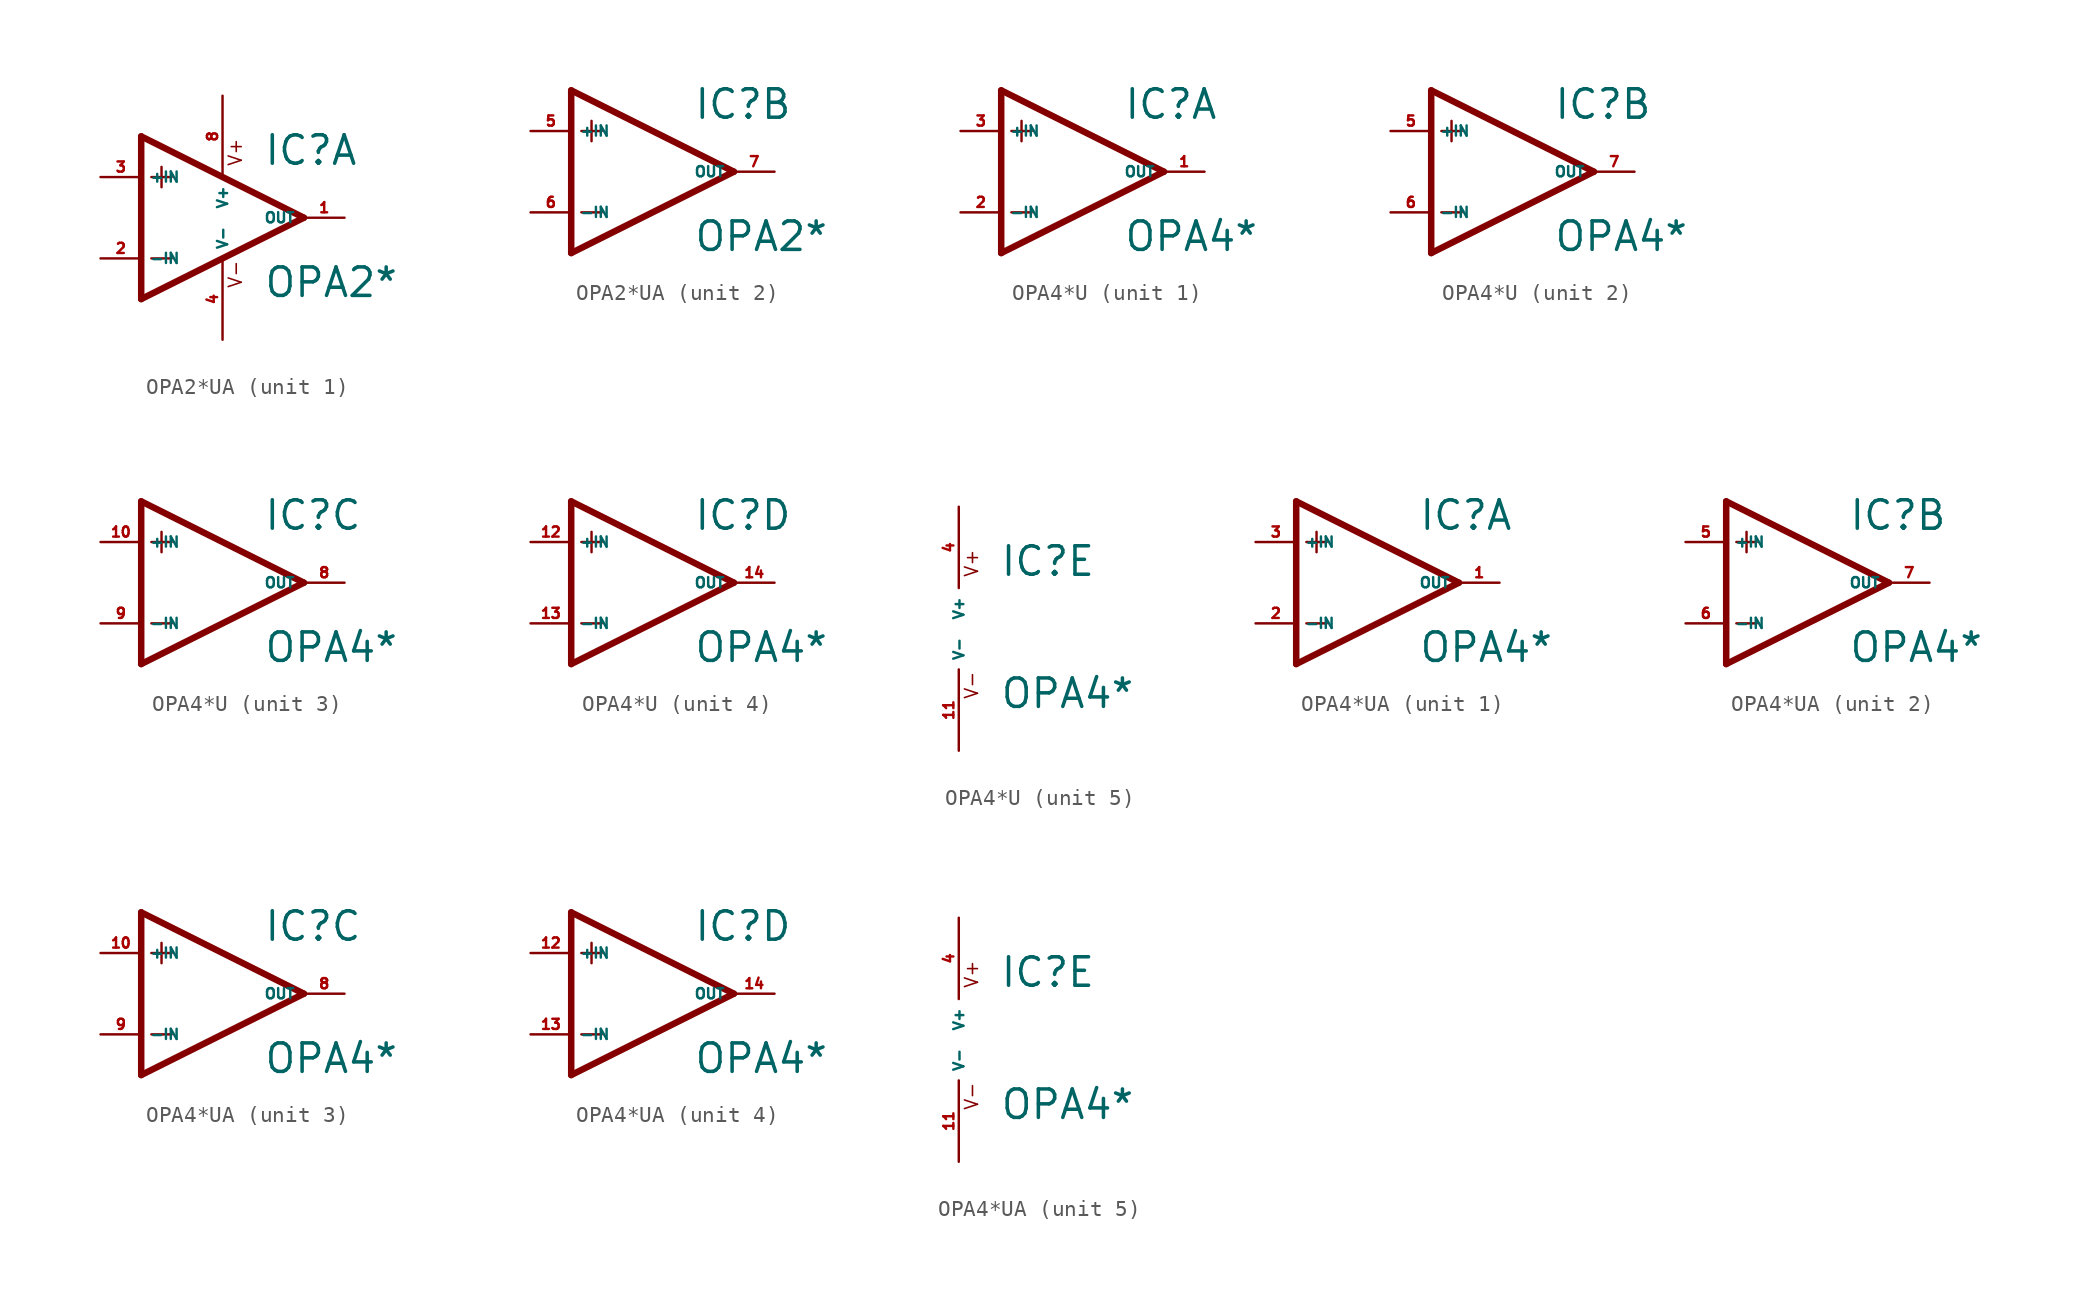
<source format=kicad_sym>
(kicad_symbol_lib
  (version 20220914)
  (generator Eagle2Kicad)
  (symbol "OPA2*UA"
    (property "Reference" "IC"
      (at 2.54 3.175 0)
      (effects (font (size 1.778 1.778) (thickness 0.22)) (justify left bottom)))
    (property "Value" "OPA2*"
      (at 2.54 -5.08 0)
      (effects (font (size 1.778 1.778) (thickness 0.22)) (justify left bottom)))
    (symbol "OPA2*UA_1_0"
      (polyline (pts (xy -5.08 5.08) (xy -5.08 -5.08)) (stroke (width 0.406) (type default)) (fill (type none)))
      (polyline (pts (xy -5.08 -5.08) (xy 5.08 0)) (stroke (width 0.406) (type default)) (fill (type none)))
      (polyline (pts (xy 5.08 0) (xy -5.08 5.08)) (stroke (width 0.406) (type default)) (fill (type none)))
      (polyline (pts (xy -3.81 3.175) (xy -3.81 1.905)) (stroke (width 0.152) (type default)) (fill (type none)))
      (polyline (pts (xy -4.445 2.54) (xy -3.175 2.54)) (stroke (width 0.152) (type default)) (fill (type none)))
      (polyline (pts (xy -4.445 -2.54) (xy -3.175 -2.54)) (stroke (width 0.152) (type default)) (fill (type none)))
      (text "V+" (at 1.27 3.175 900) (effects (font (size 0.813 0.813) (thickness 0.10)) (justify left bottom)))
      (text "V-" (at 1.27 -4.445 900) (effects (font (size 0.813 0.813) (thickness 0.10)) (justify left bottom)))
      (pin input line (at -7.62 -2.54 0) (length 2.54) (name "-IN" (effects (font (size 0.635 0.635) (thickness 0.08)) (justify left bottom))) (number "2" (effects (font (size 0.635 0.635) (thickness 0.08)) (justify left bottom))))
      (pin input line (at -7.62 2.54 0) (length 2.54) (name "+IN" (effects (font (size 0.635 0.635) (thickness 0.08)) (justify left bottom))) (number "3" (effects (font (size 0.635 0.635) (thickness 0.08)) (justify left bottom))))
      (pin output line (at 7.62 0 180) (length 2.54) (name "OUT" (effects (font (size 0.635 0.635) (thickness 0.08)) (justify left bottom))) (number "1" (effects (font (size 0.635 0.635) (thickness 0.08)) (justify left bottom))))
      (pin unspecified line (at 0 7.62 270) (length 5.08) (name "V+" (effects (font (size 0.635 0.635) (thickness 0.08)) (justify left bottom))) (number "8" (effects (font (size 0.635 0.635) (thickness 0.08)) (justify left bottom))))
      (pin unspecified line (at 0 -7.62 90) (length 5.08) (name "V-" (effects (font (size 0.635 0.635) (thickness 0.08)) (justify left bottom))) (number "4" (effects (font (size 0.635 0.635) (thickness 0.08)) (justify left bottom)))))
    (symbol "OPA2*UA_2_0"
      (polyline (pts (xy -5.08 5.08) (xy -5.08 -5.08)) (stroke (width 0.406) (type default)) (fill (type none)))
      (polyline (pts (xy -5.08 -5.08) (xy 5.08 0)) (stroke (width 0.406) (type default)) (fill (type none)))
      (polyline (pts (xy 5.08 0) (xy -5.08 5.08)) (stroke (width 0.406) (type default)) (fill (type none)))
      (polyline (pts (xy -3.81 3.175) (xy -3.81 1.905)) (stroke (width 0.152) (type default)) (fill (type none)))
      (polyline (pts (xy -4.445 2.54) (xy -3.175 2.54)) (stroke (width 0.152) (type default)) (fill (type none)))
      (polyline (pts (xy -4.445 -2.54) (xy -3.175 -2.54)) (stroke (width 0.152) (type default)) (fill (type none)))
      (pin input line (at -7.62 -2.54 0) (length 2.54) (name "-IN" (effects (font (size 0.635 0.635) (thickness 0.08)) (justify left bottom))) (number "6" (effects (font (size 0.635 0.635) (thickness 0.08)) (justify left bottom))))
      (pin input line (at -7.62 2.54 0) (length 2.54) (name "+IN" (effects (font (size 0.635 0.635) (thickness 0.08)) (justify left bottom))) (number "5" (effects (font (size 0.635 0.635) (thickness 0.08)) (justify left bottom))))
      (pin output line (at 7.62 0 180) (length 2.54) (name "OUT" (effects (font (size 0.635 0.635) (thickness 0.08)) (justify left bottom))) (number "7" (effects (font (size 0.635 0.635) (thickness 0.08)) (justify left bottom))))))
  (symbol "OPA4*U"
    (property "Reference" "IC"
      (at 2.54 3.175 0)
      (effects (font (size 1.778 1.778) (thickness 0.22)) (justify left bottom)))
    (property "Value" "OPA4*"
      (at 2.54 -5.08 0)
      (effects (font (size 1.778 1.778) (thickness 0.22)) (justify left bottom)))
    (symbol "OPA4*U_1_0"
      (polyline (pts (xy -5.08 5.08) (xy -5.08 -5.08)) (stroke (width 0.406) (type default)) (fill (type none)))
      (polyline (pts (xy -5.08 -5.08) (xy 5.08 0)) (stroke (width 0.406) (type default)) (fill (type none)))
      (polyline (pts (xy 5.08 0) (xy -5.08 5.08)) (stroke (width 0.406) (type default)) (fill (type none)))
      (polyline (pts (xy -3.81 3.175) (xy -3.81 1.905)) (stroke (width 0.152) (type default)) (fill (type none)))
      (polyline (pts (xy -4.445 2.54) (xy -3.175 2.54)) (stroke (width 0.152) (type default)) (fill (type none)))
      (polyline (pts (xy -4.445 -2.54) (xy -3.175 -2.54)) (stroke (width 0.152) (type default)) (fill (type none)))
      (pin input line (at -7.62 -2.54 0) (length 2.54) (name "-IN" (effects (font (size 0.635 0.635) (thickness 0.08)) (justify left bottom))) (number "2" (effects (font (size 0.635 0.635) (thickness 0.08)) (justify left bottom))))
      (pin input line (at -7.62 2.54 0) (length 2.54) (name "+IN" (effects (font (size 0.635 0.635) (thickness 0.08)) (justify left bottom))) (number "3" (effects (font (size 0.635 0.635) (thickness 0.08)) (justify left bottom))))
      (pin output line (at 7.62 0 180) (length 2.54) (name "OUT" (effects (font (size 0.635 0.635) (thickness 0.08)) (justify left bottom))) (number "1" (effects (font (size 0.635 0.635) (thickness 0.08)) (justify left bottom)))))
    (symbol "OPA4*U_2_0"
      (polyline (pts (xy -5.08 5.08) (xy -5.08 -5.08)) (stroke (width 0.406) (type default)) (fill (type none)))
      (polyline (pts (xy -5.08 -5.08) (xy 5.08 0)) (stroke (width 0.406) (type default)) (fill (type none)))
      (polyline (pts (xy 5.08 0) (xy -5.08 5.08)) (stroke (width 0.406) (type default)) (fill (type none)))
      (polyline (pts (xy -3.81 3.175) (xy -3.81 1.905)) (stroke (width 0.152) (type default)) (fill (type none)))
      (polyline (pts (xy -4.445 2.54) (xy -3.175 2.54)) (stroke (width 0.152) (type default)) (fill (type none)))
      (polyline (pts (xy -4.445 -2.54) (xy -3.175 -2.54)) (stroke (width 0.152) (type default)) (fill (type none)))
      (pin input line (at -7.62 -2.54 0) (length 2.54) (name "-IN" (effects (font (size 0.635 0.635) (thickness 0.08)) (justify left bottom))) (number "6" (effects (font (size 0.635 0.635) (thickness 0.08)) (justify left bottom))))
      (pin input line (at -7.62 2.54 0) (length 2.54) (name "+IN" (effects (font (size 0.635 0.635) (thickness 0.08)) (justify left bottom))) (number "5" (effects (font (size 0.635 0.635) (thickness 0.08)) (justify left bottom))))
      (pin output line (at 7.62 0 180) (length 2.54) (name "OUT" (effects (font (size 0.635 0.635) (thickness 0.08)) (justify left bottom))) (number "7" (effects (font (size 0.635 0.635) (thickness 0.08)) (justify left bottom)))))
    (symbol "OPA4*U_3_0"
      (polyline (pts (xy -5.08 5.08) (xy -5.08 -5.08)) (stroke (width 0.406) (type default)) (fill (type none)))
      (polyline (pts (xy -5.08 -5.08) (xy 5.08 0)) (stroke (width 0.406) (type default)) (fill (type none)))
      (polyline (pts (xy 5.08 0) (xy -5.08 5.08)) (stroke (width 0.406) (type default)) (fill (type none)))
      (polyline (pts (xy -3.81 3.175) (xy -3.81 1.905)) (stroke (width 0.152) (type default)) (fill (type none)))
      (polyline (pts (xy -4.445 2.54) (xy -3.175 2.54)) (stroke (width 0.152) (type default)) (fill (type none)))
      (polyline (pts (xy -4.445 -2.54) (xy -3.175 -2.54)) (stroke (width 0.152) (type default)) (fill (type none)))
      (pin input line (at -7.62 -2.54 0) (length 2.54) (name "-IN" (effects (font (size 0.635 0.635) (thickness 0.08)) (justify left bottom))) (number "9" (effects (font (size 0.635 0.635) (thickness 0.08)) (justify left bottom))))
      (pin input line (at -7.62 2.54 0) (length 2.54) (name "+IN" (effects (font (size 0.635 0.635) (thickness 0.08)) (justify left bottom))) (number "10" (effects (font (size 0.635 0.635) (thickness 0.08)) (justify left bottom))))
      (pin output line (at 7.62 0 180) (length 2.54) (name "OUT" (effects (font (size 0.635 0.635) (thickness 0.08)) (justify left bottom))) (number "8" (effects (font (size 0.635 0.635) (thickness 0.08)) (justify left bottom)))))
    (symbol "OPA4*U_4_0"
      (polyline (pts (xy -5.08 5.08) (xy -5.08 -5.08)) (stroke (width 0.406) (type default)) (fill (type none)))
      (polyline (pts (xy -5.08 -5.08) (xy 5.08 0)) (stroke (width 0.406) (type default)) (fill (type none)))
      (polyline (pts (xy 5.08 0) (xy -5.08 5.08)) (stroke (width 0.406) (type default)) (fill (type none)))
      (polyline (pts (xy -3.81 3.175) (xy -3.81 1.905)) (stroke (width 0.152) (type default)) (fill (type none)))
      (polyline (pts (xy -4.445 2.54) (xy -3.175 2.54)) (stroke (width 0.152) (type default)) (fill (type none)))
      (polyline (pts (xy -4.445 -2.54) (xy -3.175 -2.54)) (stroke (width 0.152) (type default)) (fill (type none)))
      (pin input line (at -7.62 -2.54 0) (length 2.54) (name "-IN" (effects (font (size 0.635 0.635) (thickness 0.08)) (justify left bottom))) (number "13" (effects (font (size 0.635 0.635) (thickness 0.08)) (justify left bottom))))
      (pin input line (at -7.62 2.54 0) (length 2.54) (name "+IN" (effects (font (size 0.635 0.635) (thickness 0.08)) (justify left bottom))) (number "12" (effects (font (size 0.635 0.635) (thickness 0.08)) (justify left bottom))))
      (pin output line (at 7.62 0 180) (length 2.54) (name "OUT" (effects (font (size 0.635 0.635) (thickness 0.08)) (justify left bottom))) (number "14" (effects (font (size 0.635 0.635) (thickness 0.08)) (justify left bottom)))))
    (symbol "OPA4*U_5_0"
      (text "V+" (at 1.27 3.175 900) (effects (font (size 0.813 0.813) (thickness 0.10)) (justify left bottom)))
      (text "V-" (at 1.27 -4.445 900) (effects (font (size 0.813 0.813) (thickness 0.10)) (justify left bottom)))
      (pin unspecified line (at 0 7.62 270) (length 5.08) (name "V+" (effects (font (size 0.635 0.635) (thickness 0.08)) (justify left bottom))) (number "4" (effects (font (size 0.635 0.635) (thickness 0.08)) (justify left bottom))))
      (pin unspecified line (at 0 -7.62 90) (length 5.08) (name "V-" (effects (font (size 0.635 0.635) (thickness 0.08)) (justify left bottom))) (number "11" (effects (font (size 0.635 0.635) (thickness 0.08)) (justify left bottom))))))
  (symbol "OPA4*UA"
    (property "Reference" "IC"
      (at 2.54 3.175 0)
      (effects (font (size 1.778 1.778) (thickness 0.22)) (justify left bottom)))
    (property "Value" "OPA4*"
      (at 2.54 -5.08 0)
      (effects (font (size 1.778 1.778) (thickness 0.22)) (justify left bottom)))
    (symbol "OPA4*UA_1_0"
      (polyline (pts (xy -5.08 5.08) (xy -5.08 -5.08)) (stroke (width 0.406) (type default)) (fill (type none)))
      (polyline (pts (xy -5.08 -5.08) (xy 5.08 0)) (stroke (width 0.406) (type default)) (fill (type none)))
      (polyline (pts (xy 5.08 0) (xy -5.08 5.08)) (stroke (width 0.406) (type default)) (fill (type none)))
      (polyline (pts (xy -3.81 3.175) (xy -3.81 1.905)) (stroke (width 0.152) (type default)) (fill (type none)))
      (polyline (pts (xy -4.445 2.54) (xy -3.175 2.54)) (stroke (width 0.152) (type default)) (fill (type none)))
      (polyline (pts (xy -4.445 -2.54) (xy -3.175 -2.54)) (stroke (width 0.152) (type default)) (fill (type none)))
      (pin input line (at -7.62 -2.54 0) (length 2.54) (name "-IN" (effects (font (size 0.635 0.635) (thickness 0.08)) (justify left bottom))) (number "2" (effects (font (size 0.635 0.635) (thickness 0.08)) (justify left bottom))))
      (pin input line (at -7.62 2.54 0) (length 2.54) (name "+IN" (effects (font (size 0.635 0.635) (thickness 0.08)) (justify left bottom))) (number "3" (effects (font (size 0.635 0.635) (thickness 0.08)) (justify left bottom))))
      (pin output line (at 7.62 0 180) (length 2.54) (name "OUT" (effects (font (size 0.635 0.635) (thickness 0.08)) (justify left bottom))) (number "1" (effects (font (size 0.635 0.635) (thickness 0.08)) (justify left bottom)))))
    (symbol "OPA4*UA_2_0"
      (polyline (pts (xy -5.08 5.08) (xy -5.08 -5.08)) (stroke (width 0.406) (type default)) (fill (type none)))
      (polyline (pts (xy -5.08 -5.08) (xy 5.08 0)) (stroke (width 0.406) (type default)) (fill (type none)))
      (polyline (pts (xy 5.08 0) (xy -5.08 5.08)) (stroke (width 0.406) (type default)) (fill (type none)))
      (polyline (pts (xy -3.81 3.175) (xy -3.81 1.905)) (stroke (width 0.152) (type default)) (fill (type none)))
      (polyline (pts (xy -4.445 2.54) (xy -3.175 2.54)) (stroke (width 0.152) (type default)) (fill (type none)))
      (polyline (pts (xy -4.445 -2.54) (xy -3.175 -2.54)) (stroke (width 0.152) (type default)) (fill (type none)))
      (pin input line (at -7.62 -2.54 0) (length 2.54) (name "-IN" (effects (font (size 0.635 0.635) (thickness 0.08)) (justify left bottom))) (number "6" (effects (font (size 0.635 0.635) (thickness 0.08)) (justify left bottom))))
      (pin input line (at -7.62 2.54 0) (length 2.54) (name "+IN" (effects (font (size 0.635 0.635) (thickness 0.08)) (justify left bottom))) (number "5" (effects (font (size 0.635 0.635) (thickness 0.08)) (justify left bottom))))
      (pin output line (at 7.62 0 180) (length 2.54) (name "OUT" (effects (font (size 0.635 0.635) (thickness 0.08)) (justify left bottom))) (number "7" (effects (font (size 0.635 0.635) (thickness 0.08)) (justify left bottom)))))
    (symbol "OPA4*UA_3_0"
      (polyline (pts (xy -5.08 5.08) (xy -5.08 -5.08)) (stroke (width 0.406) (type default)) (fill (type none)))
      (polyline (pts (xy -5.08 -5.08) (xy 5.08 0)) (stroke (width 0.406) (type default)) (fill (type none)))
      (polyline (pts (xy 5.08 0) (xy -5.08 5.08)) (stroke (width 0.406) (type default)) (fill (type none)))
      (polyline (pts (xy -3.81 3.175) (xy -3.81 1.905)) (stroke (width 0.152) (type default)) (fill (type none)))
      (polyline (pts (xy -4.445 2.54) (xy -3.175 2.54)) (stroke (width 0.152) (type default)) (fill (type none)))
      (polyline (pts (xy -4.445 -2.54) (xy -3.175 -2.54)) (stroke (width 0.152) (type default)) (fill (type none)))
      (pin input line (at -7.62 -2.54 0) (length 2.54) (name "-IN" (effects (font (size 0.635 0.635) (thickness 0.08)) (justify left bottom))) (number "9" (effects (font (size 0.635 0.635) (thickness 0.08)) (justify left bottom))))
      (pin input line (at -7.62 2.54 0) (length 2.54) (name "+IN" (effects (font (size 0.635 0.635) (thickness 0.08)) (justify left bottom))) (number "10" (effects (font (size 0.635 0.635) (thickness 0.08)) (justify left bottom))))
      (pin output line (at 7.62 0 180) (length 2.54) (name "OUT" (effects (font (size 0.635 0.635) (thickness 0.08)) (justify left bottom))) (number "8" (effects (font (size 0.635 0.635) (thickness 0.08)) (justify left bottom)))))
    (symbol "OPA4*UA_4_0"
      (polyline (pts (xy -5.08 5.08) (xy -5.08 -5.08)) (stroke (width 0.406) (type default)) (fill (type none)))
      (polyline (pts (xy -5.08 -5.08) (xy 5.08 0)) (stroke (width 0.406) (type default)) (fill (type none)))
      (polyline (pts (xy 5.08 0) (xy -5.08 5.08)) (stroke (width 0.406) (type default)) (fill (type none)))
      (polyline (pts (xy -3.81 3.175) (xy -3.81 1.905)) (stroke (width 0.152) (type default)) (fill (type none)))
      (polyline (pts (xy -4.445 2.54) (xy -3.175 2.54)) (stroke (width 0.152) (type default)) (fill (type none)))
      (polyline (pts (xy -4.445 -2.54) (xy -3.175 -2.54)) (stroke (width 0.152) (type default)) (fill (type none)))
      (pin input line (at -7.62 -2.54 0) (length 2.54) (name "-IN" (effects (font (size 0.635 0.635) (thickness 0.08)) (justify left bottom))) (number "13" (effects (font (size 0.635 0.635) (thickness 0.08)) (justify left bottom))))
      (pin input line (at -7.62 2.54 0) (length 2.54) (name "+IN" (effects (font (size 0.635 0.635) (thickness 0.08)) (justify left bottom))) (number "12" (effects (font (size 0.635 0.635) (thickness 0.08)) (justify left bottom))))
      (pin output line (at 7.62 0 180) (length 2.54) (name "OUT" (effects (font (size 0.635 0.635) (thickness 0.08)) (justify left bottom))) (number "14" (effects (font (size 0.635 0.635) (thickness 0.08)) (justify left bottom)))))
    (symbol "OPA4*UA_5_0"
      (text "V+" (at 1.27 3.175 900) (effects (font (size 0.813 0.813) (thickness 0.10)) (justify left bottom)))
      (text "V-" (at 1.27 -4.445 900) (effects (font (size 0.813 0.813) (thickness 0.10)) (justify left bottom)))
      (pin unspecified line (at 0 7.62 270) (length 5.08) (name "V+" (effects (font (size 0.635 0.635) (thickness 0.08)) (justify left bottom))) (number "4" (effects (font (size 0.635 0.635) (thickness 0.08)) (justify left bottom))))
      (pin unspecified line (at 0 -7.62 90) (length 5.08) (name "V-" (effects (font (size 0.635 0.635) (thickness 0.08)) (justify left bottom))) (number "11" (effects (font (size 0.635 0.635) (thickness 0.08)) (justify left bottom)))))))
</source>
